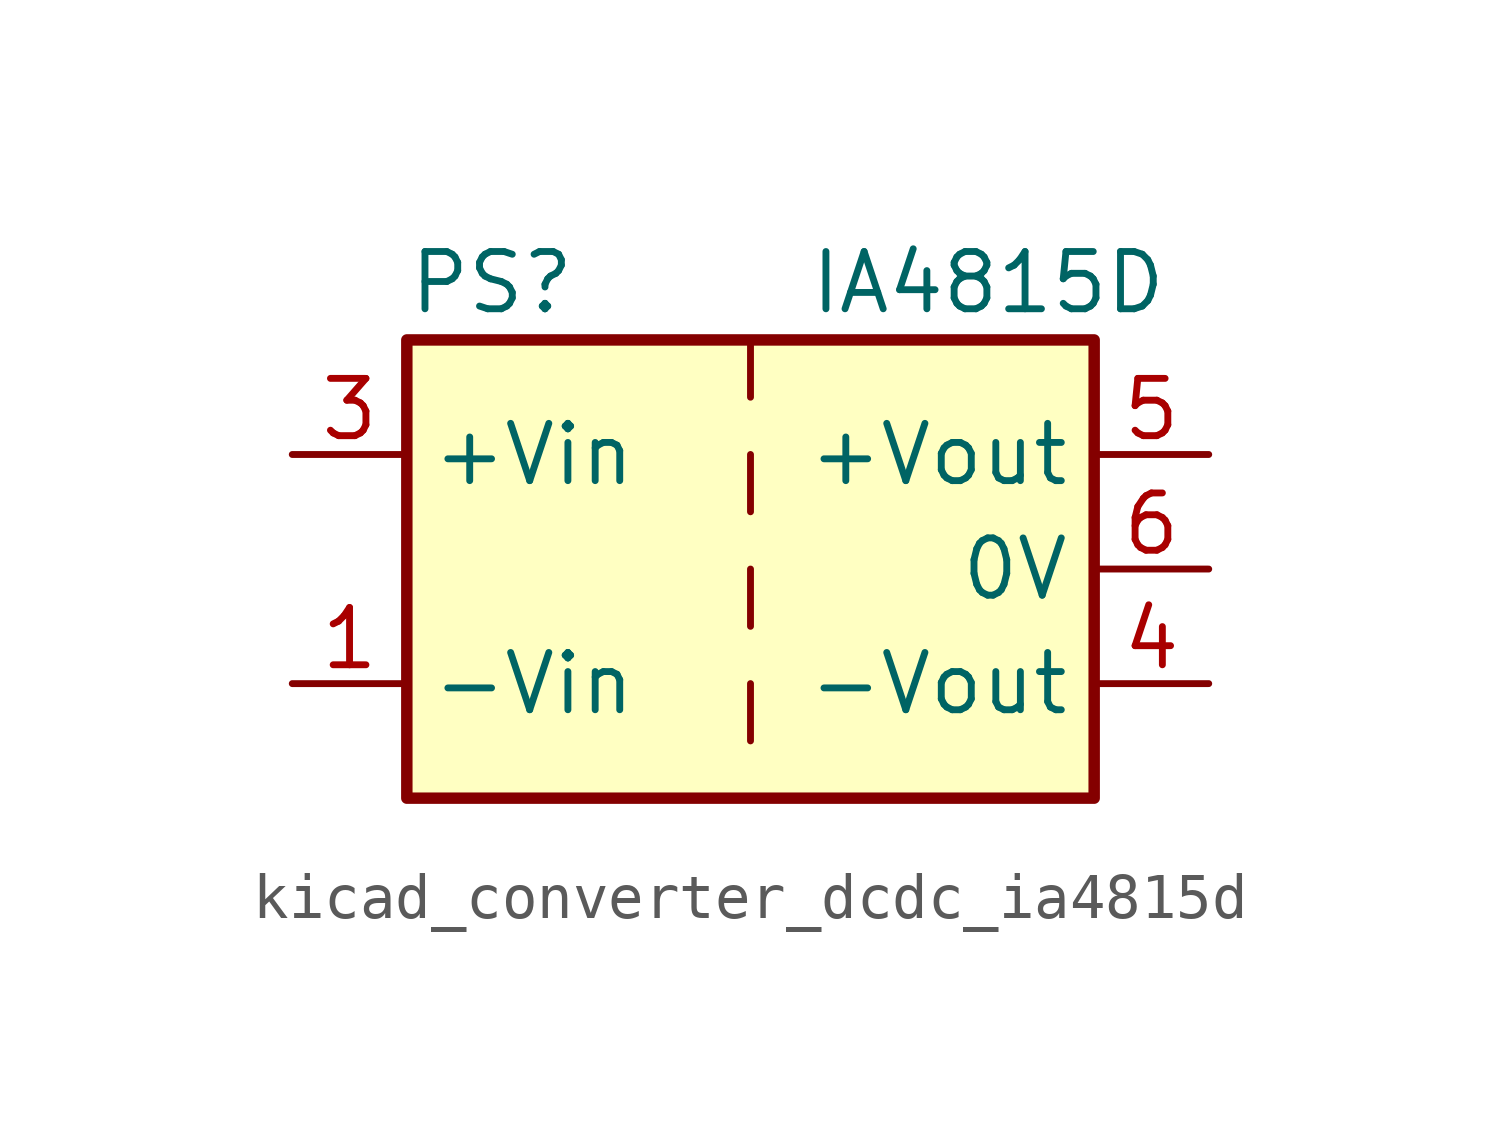
<source format=kicad_sym>
(kicad_symbol_lib
  (version 20220914)
  (generator kicad_symbol_editor)
  (symbol "kicad_converter_dcdc_ia4815d"
    (property "Reference" "PS"
      (at -7.62 6.35 0)
      (effects (font (size 1.27 1.27)) (justify left)))
    (property "Value" "IA4815D"
      (at 1.27 6.35 0)
      (effects (font (size 1.27 1.27)) (justify left)))
    (symbol "kicad_converter_dcdc_ia4815d_0_0"
      (pin power_in line (at -10.16 -2.54 0) (length 2.54) (name "-Vin" (effects (font (size 1.27 1.27)))) (number "1" (effects (font (size 1.27 1.27)))))
      (pin power_in line (at -10.16 2.54 0) (length 2.54) (name "+Vin" (effects (font (size 1.27 1.27)))) (number "3" (effects (font (size 1.27 1.27)))))
      (pin power_out line (at 10.16 -2.54 180) (length 2.54) (name "-Vout" (effects (font (size 1.27 1.27)))) (number "4" (effects (font (size 1.27 1.27)))))
      (pin power_out line (at 10.16 2.54 180) (length 2.54) (name "+Vout" (effects (font (size 1.27 1.27)))) (number "5" (effects (font (size 1.27 1.27)))))
      (pin power_out line (at 10.16 0 180) (length 2.54) (name "0V" (effects (font (size 1.27 1.27)))) (number "6" (effects (font (size 1.27 1.27))))))
    (symbol "kicad_converter_dcdc_ia4815d_0_1"
      (rectangle (start -7.62 5.08) (end 7.62 -5.08) (stroke (width 0.254) (type default)) (fill (type background)))
      (polyline (pts (xy 0 -2.54) (xy 0 -3.81)) (stroke (width 0) (type default)) (fill (type none)))
      (polyline (pts (xy 0 0) (xy 0 -1.27)) (stroke (width 0) (type default)) (fill (type none)))
      (polyline (pts (xy 0 2.54) (xy 0 1.27)) (stroke (width 0) (type default)) (fill (type none)))
      (polyline (pts (xy 0 5.08) (xy 0 3.81)) (stroke (width 0) (type default)) (fill (type none))))
    (symbol "kicad_converter_dcdc_ia4815d_1_1"
      (pin no_connect line (at 0 -5.08 90) (length 2.54) hide (name "NC" (effects (font (size 1.27 1.27)))) (number "2" (effects (font (size 1.27 1.27))))))))
</source>
